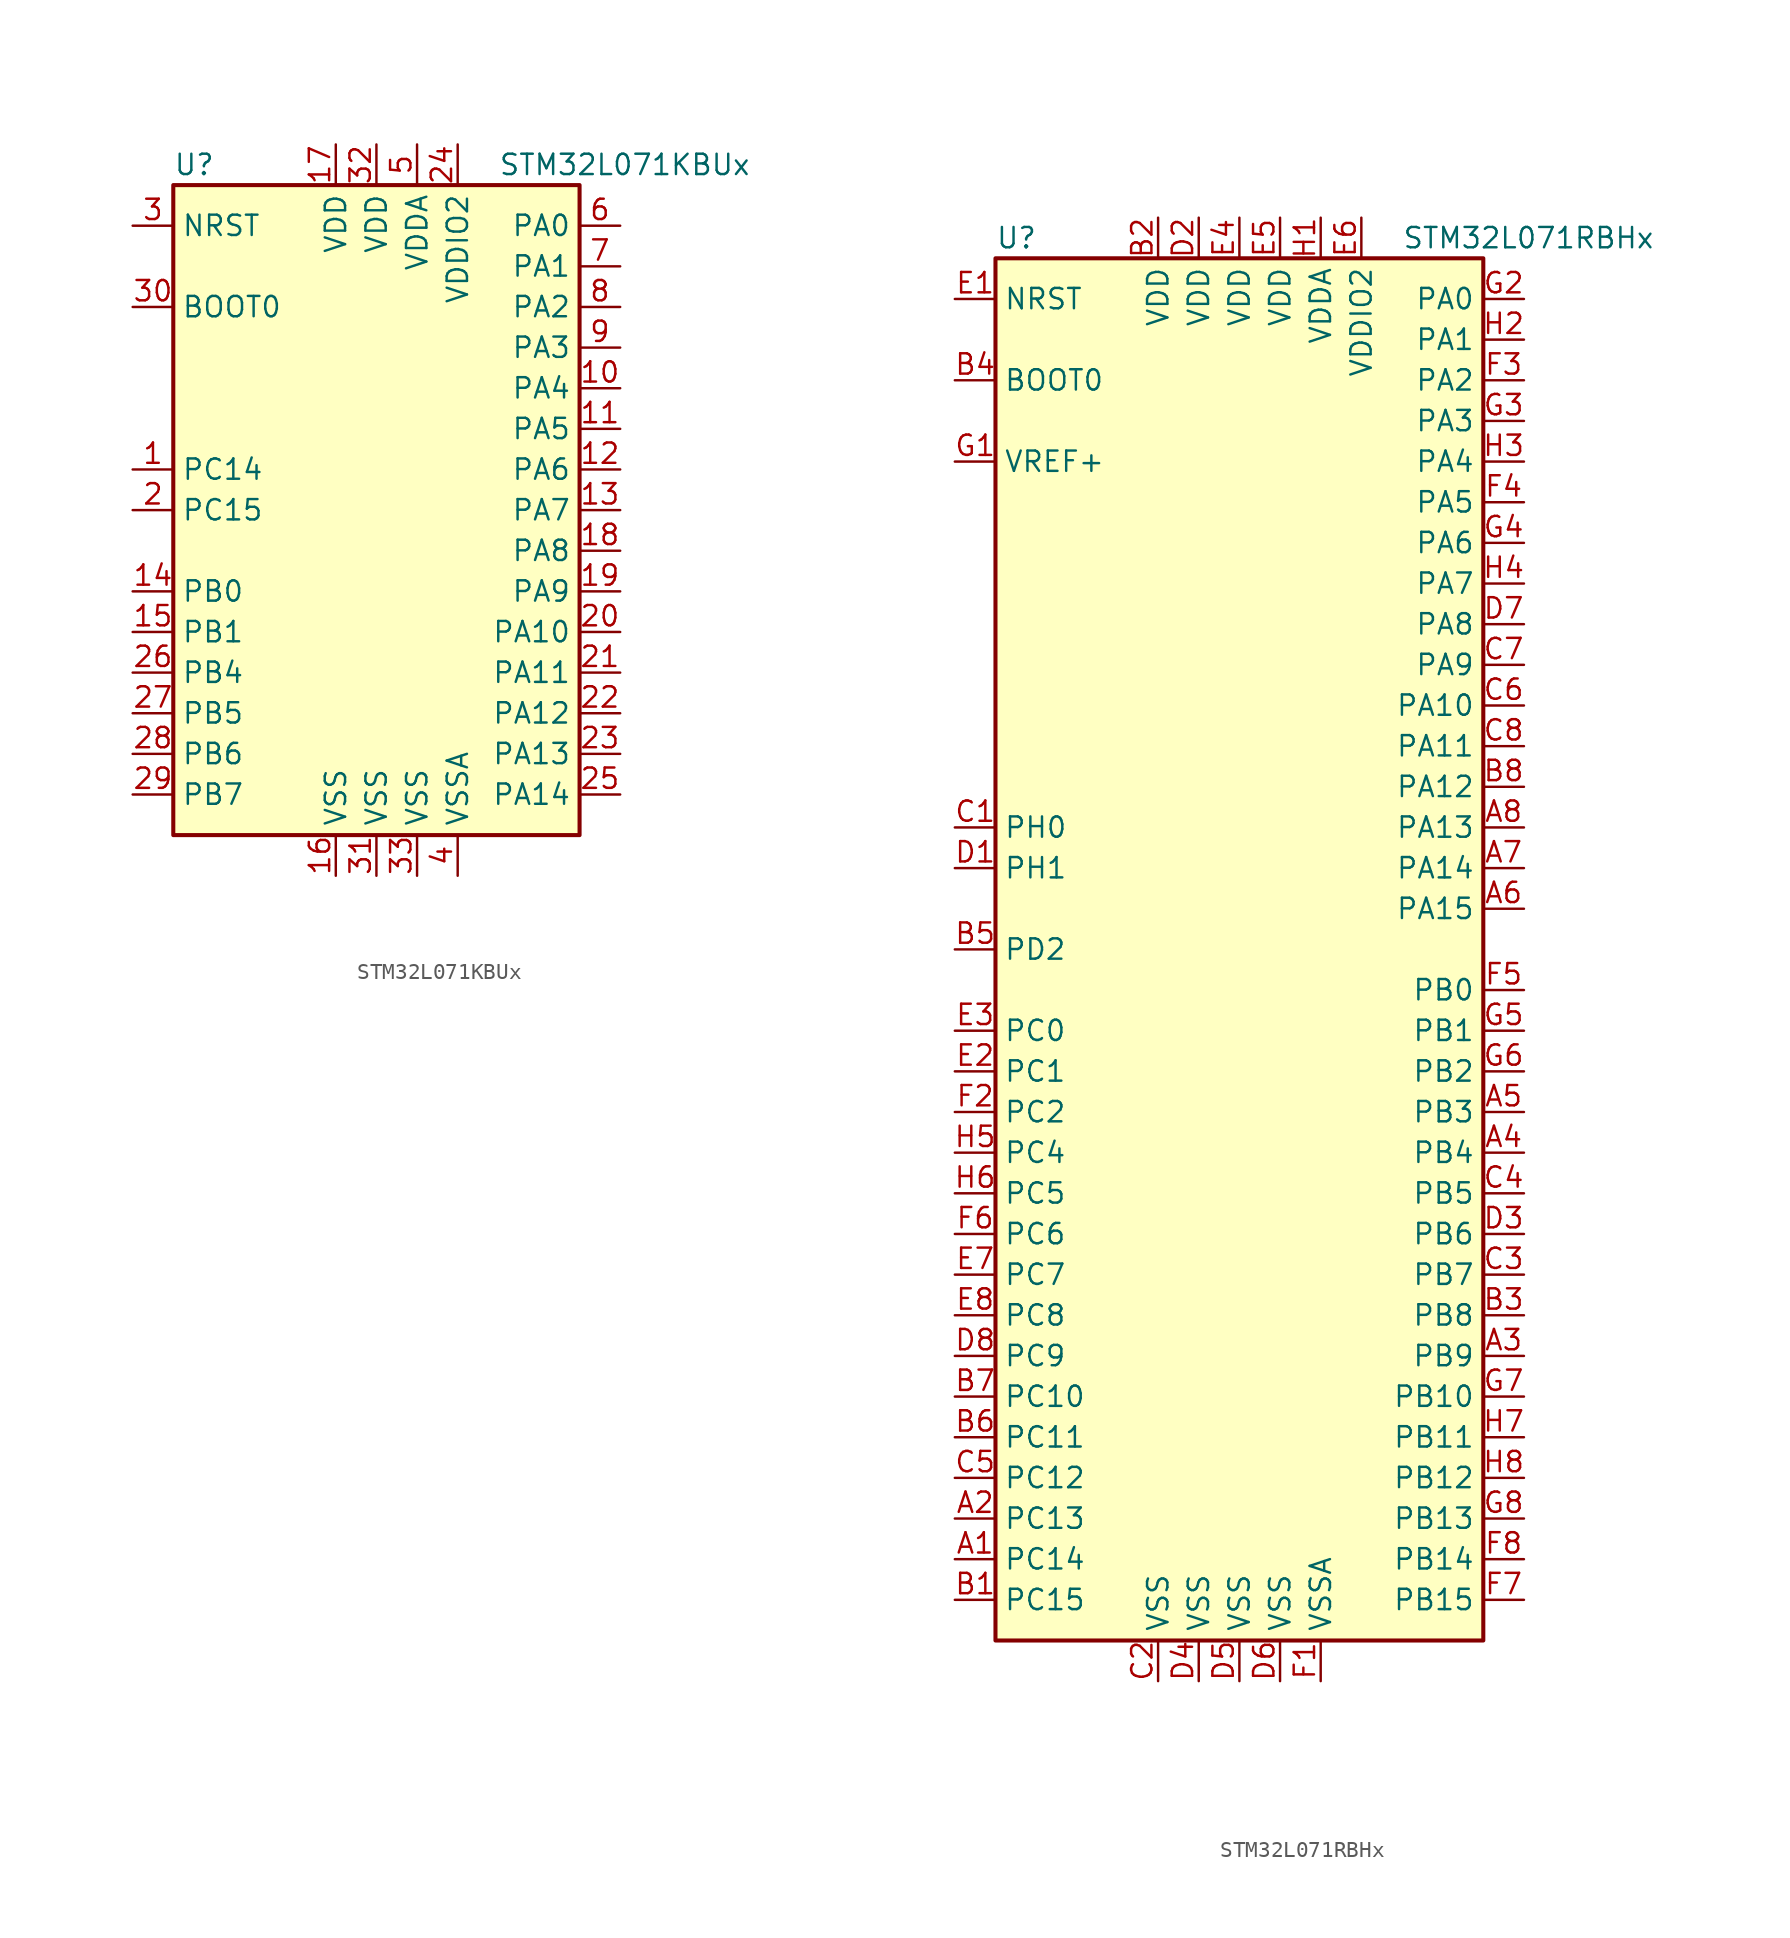
<source format=kicad_sym>
(kicad_symbol_lib
  (version 20211014)
  (generator kicad_symbol_editor)
  (symbol "STM32L071KBUx"
    (property "Reference" "U"
      (at -12.7 21.59 0)
      (effects (font (size 1.27 1.27)) (justify left)))
    (property "Value" "STM32L071KBUx"
      (at 7.62 21.59 0)
      (effects (font (size 1.27 1.27)) (justify left)))
    (symbol "STM32L071KBUx_0_1"
      (rectangle (start -12.7 -20.32) (end 12.7 20.32) (stroke (width 0.254) (type default) (color 0 0 0 0)) (fill (type background))))
    (symbol "STM32L071KBUx_1_1"
      (pin bidirectional line (at -15.24 2.54 0) (length 2.54) (name "PC14" (effects (font (size 1.27 1.27)))) (number "1" (effects (font (size 1.27 1.27)))))
      (pin bidirectional line (at 15.24 7.62 180) (length 2.54) (name "PA4" (effects (font (size 1.27 1.27)))) (number "10" (effects (font (size 1.27 1.27)))))
      (pin bidirectional line (at 15.24 5.08 180) (length 2.54) (name "PA5" (effects (font (size 1.27 1.27)))) (number "11" (effects (font (size 1.27 1.27)))))
      (pin bidirectional line (at 15.24 2.54 180) (length 2.54) (name "PA6" (effects (font (size 1.27 1.27)))) (number "12" (effects (font (size 1.27 1.27)))))
      (pin bidirectional line (at 15.24 0 180) (length 2.54) (name "PA7" (effects (font (size 1.27 1.27)))) (number "13" (effects (font (size 1.27 1.27)))))
      (pin bidirectional line (at -15.24 -5.08 0) (length 2.54) (name "PB0" (effects (font (size 1.27 1.27)))) (number "14" (effects (font (size 1.27 1.27)))))
      (pin bidirectional line (at -15.24 -7.62 0) (length 2.54) (name "PB1" (effects (font (size 1.27 1.27)))) (number "15" (effects (font (size 1.27 1.27)))))
      (pin power_in line (at -2.54 -22.86 90) (length 2.54) (name "VSS" (effects (font (size 1.27 1.27)))) (number "16" (effects (font (size 1.27 1.27)))))
      (pin power_in line (at -2.54 22.86 270) (length 2.54) (name "VDD" (effects (font (size 1.27 1.27)))) (number "17" (effects (font (size 1.27 1.27)))))
      (pin bidirectional line (at 15.24 -2.54 180) (length 2.54) (name "PA8" (effects (font (size 1.27 1.27)))) (number "18" (effects (font (size 1.27 1.27)))))
      (pin bidirectional line (at 15.24 -5.08 180) (length 2.54) (name "PA9" (effects (font (size 1.27 1.27)))) (number "19" (effects (font (size 1.27 1.27)))))
      (pin bidirectional line (at -15.24 0 0) (length 2.54) (name "PC15" (effects (font (size 1.27 1.27)))) (number "2" (effects (font (size 1.27 1.27)))))
      (pin bidirectional line (at 15.24 -7.62 180) (length 2.54) (name "PA10" (effects (font (size 1.27 1.27)))) (number "20" (effects (font (size 1.27 1.27)))))
      (pin bidirectional line (at 15.24 -10.16 180) (length 2.54) (name "PA11" (effects (font (size 1.27 1.27)))) (number "21" (effects (font (size 1.27 1.27)))))
      (pin bidirectional line (at 15.24 -12.7 180) (length 2.54) (name "PA12" (effects (font (size 1.27 1.27)))) (number "22" (effects (font (size 1.27 1.27)))))
      (pin bidirectional line (at 15.24 -15.24 180) (length 2.54) (name "PA13" (effects (font (size 1.27 1.27)))) (number "23" (effects (font (size 1.27 1.27)))))
      (pin power_in line (at 5.08 22.86 270) (length 2.54) (name "VDDIO2" (effects (font (size 1.27 1.27)))) (number "24" (effects (font (size 1.27 1.27)))))
      (pin bidirectional line (at 15.24 -17.78 180) (length 2.54) (name "PA14" (effects (font (size 1.27 1.27)))) (number "25" (effects (font (size 1.27 1.27)))))
      (pin bidirectional line (at -15.24 -10.16 0) (length 2.54) (name "PB4" (effects (font (size 1.27 1.27)))) (number "26" (effects (font (size 1.27 1.27)))))
      (pin bidirectional line (at -15.24 -12.7 0) (length 2.54) (name "PB5" (effects (font (size 1.27 1.27)))) (number "27" (effects (font (size 1.27 1.27)))))
      (pin bidirectional line (at -15.24 -15.24 0) (length 2.54) (name "PB6" (effects (font (size 1.27 1.27)))) (number "28" (effects (font (size 1.27 1.27)))))
      (pin bidirectional line (at -15.24 -17.78 0) (length 2.54) (name "PB7" (effects (font (size 1.27 1.27)))) (number "29" (effects (font (size 1.27 1.27)))))
      (pin input line (at -15.24 17.78 0) (length 2.54) (name "NRST" (effects (font (size 1.27 1.27)))) (number "3" (effects (font (size 1.27 1.27)))))
      (pin input line (at -15.24 12.7 0) (length 2.54) (name "BOOT0" (effects (font (size 1.27 1.27)))) (number "30" (effects (font (size 1.27 1.27)))))
      (pin power_in line (at 0 -22.86 90) (length 2.54) (name "VSS" (effects (font (size 1.27 1.27)))) (number "31" (effects (font (size 1.27 1.27)))))
      (pin power_in line (at 0 22.86 270) (length 2.54) (name "VDD" (effects (font (size 1.27 1.27)))) (number "32" (effects (font (size 1.27 1.27)))))
      (pin power_in line (at 2.54 -22.86 90) (length 2.54) (name "VSS" (effects (font (size 1.27 1.27)))) (number "33" (effects (font (size 1.27 1.27)))))
      (pin power_in line (at 5.08 -22.86 90) (length 2.54) (name "VSSA" (effects (font (size 1.27 1.27)))) (number "4" (effects (font (size 1.27 1.27)))))
      (pin power_in line (at 2.54 22.86 270) (length 2.54) (name "VDDA" (effects (font (size 1.27 1.27)))) (number "5" (effects (font (size 1.27 1.27)))))
      (pin bidirectional line (at 15.24 17.78 180) (length 2.54) (name "PA0" (effects (font (size 1.27 1.27)))) (number "6" (effects (font (size 1.27 1.27)))))
      (pin bidirectional line (at 15.24 15.24 180) (length 2.54) (name "PA1" (effects (font (size 1.27 1.27)))) (number "7" (effects (font (size 1.27 1.27)))))
      (pin bidirectional line (at 15.24 12.7 180) (length 2.54) (name "PA2" (effects (font (size 1.27 1.27)))) (number "8" (effects (font (size 1.27 1.27)))))
      (pin bidirectional line (at 15.24 10.16 180) (length 2.54) (name "PA3" (effects (font (size 1.27 1.27)))) (number "9" (effects (font (size 1.27 1.27)))))))
  (symbol "STM32L071RBHx"
    (property "Reference" "U"
      (at -15.24 44.45 0)
      (effects (font (size 1.27 1.27)) (justify left)))
    (property "Value" "STM32L071RBHx"
      (at 10.16 44.45 0)
      (effects (font (size 1.27 1.27)) (justify left)))
    (symbol "STM32L071RBHx_0_1"
      (rectangle (start -15.24 -43.18) (end 15.24 43.18) (stroke (width 0.254) (type default) (color 0 0 0 0)) (fill (type background))))
    (symbol "STM32L071RBHx_1_1"
      (pin bidirectional line (at -17.78 -38.1 0) (length 2.54) (name "PC14" (effects (font (size 1.27 1.27)))) (number "A1" (effects (font (size 1.27 1.27)))))
      (pin bidirectional line (at -17.78 -35.56 0) (length 2.54) (name "PC13" (effects (font (size 1.27 1.27)))) (number "A2" (effects (font (size 1.27 1.27)))))
      (pin bidirectional line (at 17.78 -25.4 180) (length 2.54) (name "PB9" (effects (font (size 1.27 1.27)))) (number "A3" (effects (font (size 1.27 1.27)))))
      (pin bidirectional line (at 17.78 -12.7 180) (length 2.54) (name "PB4" (effects (font (size 1.27 1.27)))) (number "A4" (effects (font (size 1.27 1.27)))))
      (pin bidirectional line (at 17.78 -10.16 180) (length 2.54) (name "PB3" (effects (font (size 1.27 1.27)))) (number "A5" (effects (font (size 1.27 1.27)))))
      (pin bidirectional line (at 17.78 2.54 180) (length 2.54) (name "PA15" (effects (font (size 1.27 1.27)))) (number "A6" (effects (font (size 1.27 1.27)))))
      (pin bidirectional line (at 17.78 5.08 180) (length 2.54) (name "PA14" (effects (font (size 1.27 1.27)))) (number "A7" (effects (font (size 1.27 1.27)))))
      (pin bidirectional line (at 17.78 7.62 180) (length 2.54) (name "PA13" (effects (font (size 1.27 1.27)))) (number "A8" (effects (font (size 1.27 1.27)))))
      (pin bidirectional line (at -17.78 -40.64 0) (length 2.54) (name "PC15" (effects (font (size 1.27 1.27)))) (number "B1" (effects (font (size 1.27 1.27)))))
      (pin power_in line (at -5.08 45.72 270) (length 2.54) (name "VDD" (effects (font (size 1.27 1.27)))) (number "B2" (effects (font (size 1.27 1.27)))))
      (pin bidirectional line (at 17.78 -22.86 180) (length 2.54) (name "PB8" (effects (font (size 1.27 1.27)))) (number "B3" (effects (font (size 1.27 1.27)))))
      (pin input line (at -17.78 35.56 0) (length 2.54) (name "BOOT0" (effects (font (size 1.27 1.27)))) (number "B4" (effects (font (size 1.27 1.27)))))
      (pin bidirectional line (at -17.78 0 0) (length 2.54) (name "PD2" (effects (font (size 1.27 1.27)))) (number "B5" (effects (font (size 1.27 1.27)))))
      (pin bidirectional line (at -17.78 -30.48 0) (length 2.54) (name "PC11" (effects (font (size 1.27 1.27)))) (number "B6" (effects (font (size 1.27 1.27)))))
      (pin bidirectional line (at -17.78 -27.94 0) (length 2.54) (name "PC10" (effects (font (size 1.27 1.27)))) (number "B7" (effects (font (size 1.27 1.27)))))
      (pin bidirectional line (at 17.78 10.16 180) (length 2.54) (name "PA12" (effects (font (size 1.27 1.27)))) (number "B8" (effects (font (size 1.27 1.27)))))
      (pin input line (at -17.78 7.62 0) (length 2.54) (name "PH0" (effects (font (size 1.27 1.27)))) (number "C1" (effects (font (size 1.27 1.27)))))
      (pin power_in line (at -5.08 -45.72 90) (length 2.54) (name "VSS" (effects (font (size 1.27 1.27)))) (number "C2" (effects (font (size 1.27 1.27)))))
      (pin bidirectional line (at 17.78 -20.32 180) (length 2.54) (name "PB7" (effects (font (size 1.27 1.27)))) (number "C3" (effects (font (size 1.27 1.27)))))
      (pin bidirectional line (at 17.78 -15.24 180) (length 2.54) (name "PB5" (effects (font (size 1.27 1.27)))) (number "C4" (effects (font (size 1.27 1.27)))))
      (pin bidirectional line (at -17.78 -33.02 0) (length 2.54) (name "PC12" (effects (font (size 1.27 1.27)))) (number "C5" (effects (font (size 1.27 1.27)))))
      (pin bidirectional line (at 17.78 15.24 180) (length 2.54) (name "PA10" (effects (font (size 1.27 1.27)))) (number "C6" (effects (font (size 1.27 1.27)))))
      (pin bidirectional line (at 17.78 17.78 180) (length 2.54) (name "PA9" (effects (font (size 1.27 1.27)))) (number "C7" (effects (font (size 1.27 1.27)))))
      (pin bidirectional line (at 17.78 12.7 180) (length 2.54) (name "PA11" (effects (font (size 1.27 1.27)))) (number "C8" (effects (font (size 1.27 1.27)))))
      (pin input line (at -17.78 5.08 0) (length 2.54) (name "PH1" (effects (font (size 1.27 1.27)))) (number "D1" (effects (font (size 1.27 1.27)))))
      (pin power_in line (at -2.54 45.72 270) (length 2.54) (name "VDD" (effects (font (size 1.27 1.27)))) (number "D2" (effects (font (size 1.27 1.27)))))
      (pin bidirectional line (at 17.78 -17.78 180) (length 2.54) (name "PB6" (effects (font (size 1.27 1.27)))) (number "D3" (effects (font (size 1.27 1.27)))))
      (pin power_in line (at -2.54 -45.72 90) (length 2.54) (name "VSS" (effects (font (size 1.27 1.27)))) (number "D4" (effects (font (size 1.27 1.27)))))
      (pin power_in line (at 0 -45.72 90) (length 2.54) (name "VSS" (effects (font (size 1.27 1.27)))) (number "D5" (effects (font (size 1.27 1.27)))))
      (pin power_in line (at 2.54 -45.72 90) (length 2.54) (name "VSS" (effects (font (size 1.27 1.27)))) (number "D6" (effects (font (size 1.27 1.27)))))
      (pin bidirectional line (at 17.78 20.32 180) (length 2.54) (name "PA8" (effects (font (size 1.27 1.27)))) (number "D7" (effects (font (size 1.27 1.27)))))
      (pin bidirectional line (at -17.78 -25.4 0) (length 2.54) (name "PC9" (effects (font (size 1.27 1.27)))) (number "D8" (effects (font (size 1.27 1.27)))))
      (pin input line (at -17.78 40.64 0) (length 2.54) (name "NRST" (effects (font (size 1.27 1.27)))) (number "E1" (effects (font (size 1.27 1.27)))))
      (pin bidirectional line (at -17.78 -7.62 0) (length 2.54) (name "PC1" (effects (font (size 1.27 1.27)))) (number "E2" (effects (font (size 1.27 1.27)))))
      (pin bidirectional line (at -17.78 -5.08 0) (length 2.54) (name "PC0" (effects (font (size 1.27 1.27)))) (number "E3" (effects (font (size 1.27 1.27)))))
      (pin power_in line (at 0 45.72 270) (length 2.54) (name "VDD" (effects (font (size 1.27 1.27)))) (number "E4" (effects (font (size 1.27 1.27)))))
      (pin power_in line (at 2.54 45.72 270) (length 2.54) (name "VDD" (effects (font (size 1.27 1.27)))) (number "E5" (effects (font (size 1.27 1.27)))))
      (pin power_in line (at 7.62 45.72 270) (length 2.54) (name "VDDIO2" (effects (font (size 1.27 1.27)))) (number "E6" (effects (font (size 1.27 1.27)))))
      (pin bidirectional line (at -17.78 -20.32 0) (length 2.54) (name "PC7" (effects (font (size 1.27 1.27)))) (number "E7" (effects (font (size 1.27 1.27)))))
      (pin bidirectional line (at -17.78 -22.86 0) (length 2.54) (name "PC8" (effects (font (size 1.27 1.27)))) (number "E8" (effects (font (size 1.27 1.27)))))
      (pin power_in line (at 5.08 -45.72 90) (length 2.54) (name "VSSA" (effects (font (size 1.27 1.27)))) (number "F1" (effects (font (size 1.27 1.27)))))
      (pin bidirectional line (at -17.78 -10.16 0) (length 2.54) (name "PC2" (effects (font (size 1.27 1.27)))) (number "F2" (effects (font (size 1.27 1.27)))))
      (pin bidirectional line (at 17.78 35.56 180) (length 2.54) (name "PA2" (effects (font (size 1.27 1.27)))) (number "F3" (effects (font (size 1.27 1.27)))))
      (pin bidirectional line (at 17.78 27.94 180) (length 2.54) (name "PA5" (effects (font (size 1.27 1.27)))) (number "F4" (effects (font (size 1.27 1.27)))))
      (pin bidirectional line (at 17.78 -2.54 180) (length 2.54) (name "PB0" (effects (font (size 1.27 1.27)))) (number "F5" (effects (font (size 1.27 1.27)))))
      (pin bidirectional line (at -17.78 -17.78 0) (length 2.54) (name "PC6" (effects (font (size 1.27 1.27)))) (number "F6" (effects (font (size 1.27 1.27)))))
      (pin bidirectional line (at 17.78 -40.64 180) (length 2.54) (name "PB15" (effects (font (size 1.27 1.27)))) (number "F7" (effects (font (size 1.27 1.27)))))
      (pin bidirectional line (at 17.78 -38.1 180) (length 2.54) (name "PB14" (effects (font (size 1.27 1.27)))) (number "F8" (effects (font (size 1.27 1.27)))))
      (pin power_in line (at -17.78 30.48 0) (length 2.54) (name "VREF+" (effects (font (size 1.27 1.27)))) (number "G1" (effects (font (size 1.27 1.27)))))
      (pin bidirectional line (at 17.78 40.64 180) (length 2.54) (name "PA0" (effects (font (size 1.27 1.27)))) (number "G2" (effects (font (size 1.27 1.27)))))
      (pin bidirectional line (at 17.78 33.02 180) (length 2.54) (name "PA3" (effects (font (size 1.27 1.27)))) (number "G3" (effects (font (size 1.27 1.27)))))
      (pin bidirectional line (at 17.78 25.4 180) (length 2.54) (name "PA6" (effects (font (size 1.27 1.27)))) (number "G4" (effects (font (size 1.27 1.27)))))
      (pin bidirectional line (at 17.78 -5.08 180) (length 2.54) (name "PB1" (effects (font (size 1.27 1.27)))) (number "G5" (effects (font (size 1.27 1.27)))))
      (pin bidirectional line (at 17.78 -7.62 180) (length 2.54) (name "PB2" (effects (font (size 1.27 1.27)))) (number "G6" (effects (font (size 1.27 1.27)))))
      (pin bidirectional line (at 17.78 -27.94 180) (length 2.54) (name "PB10" (effects (font (size 1.27 1.27)))) (number "G7" (effects (font (size 1.27 1.27)))))
      (pin bidirectional line (at 17.78 -35.56 180) (length 2.54) (name "PB13" (effects (font (size 1.27 1.27)))) (number "G8" (effects (font (size 1.27 1.27)))))
      (pin power_in line (at 5.08 45.72 270) (length 2.54) (name "VDDA" (effects (font (size 1.27 1.27)))) (number "H1" (effects (font (size 1.27 1.27)))))
      (pin bidirectional line (at 17.78 38.1 180) (length 2.54) (name "PA1" (effects (font (size 1.27 1.27)))) (number "H2" (effects (font (size 1.27 1.27)))))
      (pin bidirectional line (at 17.78 30.48 180) (length 2.54) (name "PA4" (effects (font (size 1.27 1.27)))) (number "H3" (effects (font (size 1.27 1.27)))))
      (pin bidirectional line (at 17.78 22.86 180) (length 2.54) (name "PA7" (effects (font (size 1.27 1.27)))) (number "H4" (effects (font (size 1.27 1.27)))))
      (pin bidirectional line (at -17.78 -12.7 0) (length 2.54) (name "PC4" (effects (font (size 1.27 1.27)))) (number "H5" (effects (font (size 1.27 1.27)))))
      (pin bidirectional line (at -17.78 -15.24 0) (length 2.54) (name "PC5" (effects (font (size 1.27 1.27)))) (number "H6" (effects (font (size 1.27 1.27)))))
      (pin bidirectional line (at 17.78 -30.48 180) (length 2.54) (name "PB11" (effects (font (size 1.27 1.27)))) (number "H7" (effects (font (size 1.27 1.27)))))
      (pin bidirectional line (at 17.78 -33.02 180) (length 2.54) (name "PB12" (effects (font (size 1.27 1.27)))) (number "H8" (effects (font (size 1.27 1.27))))))))
</source>
